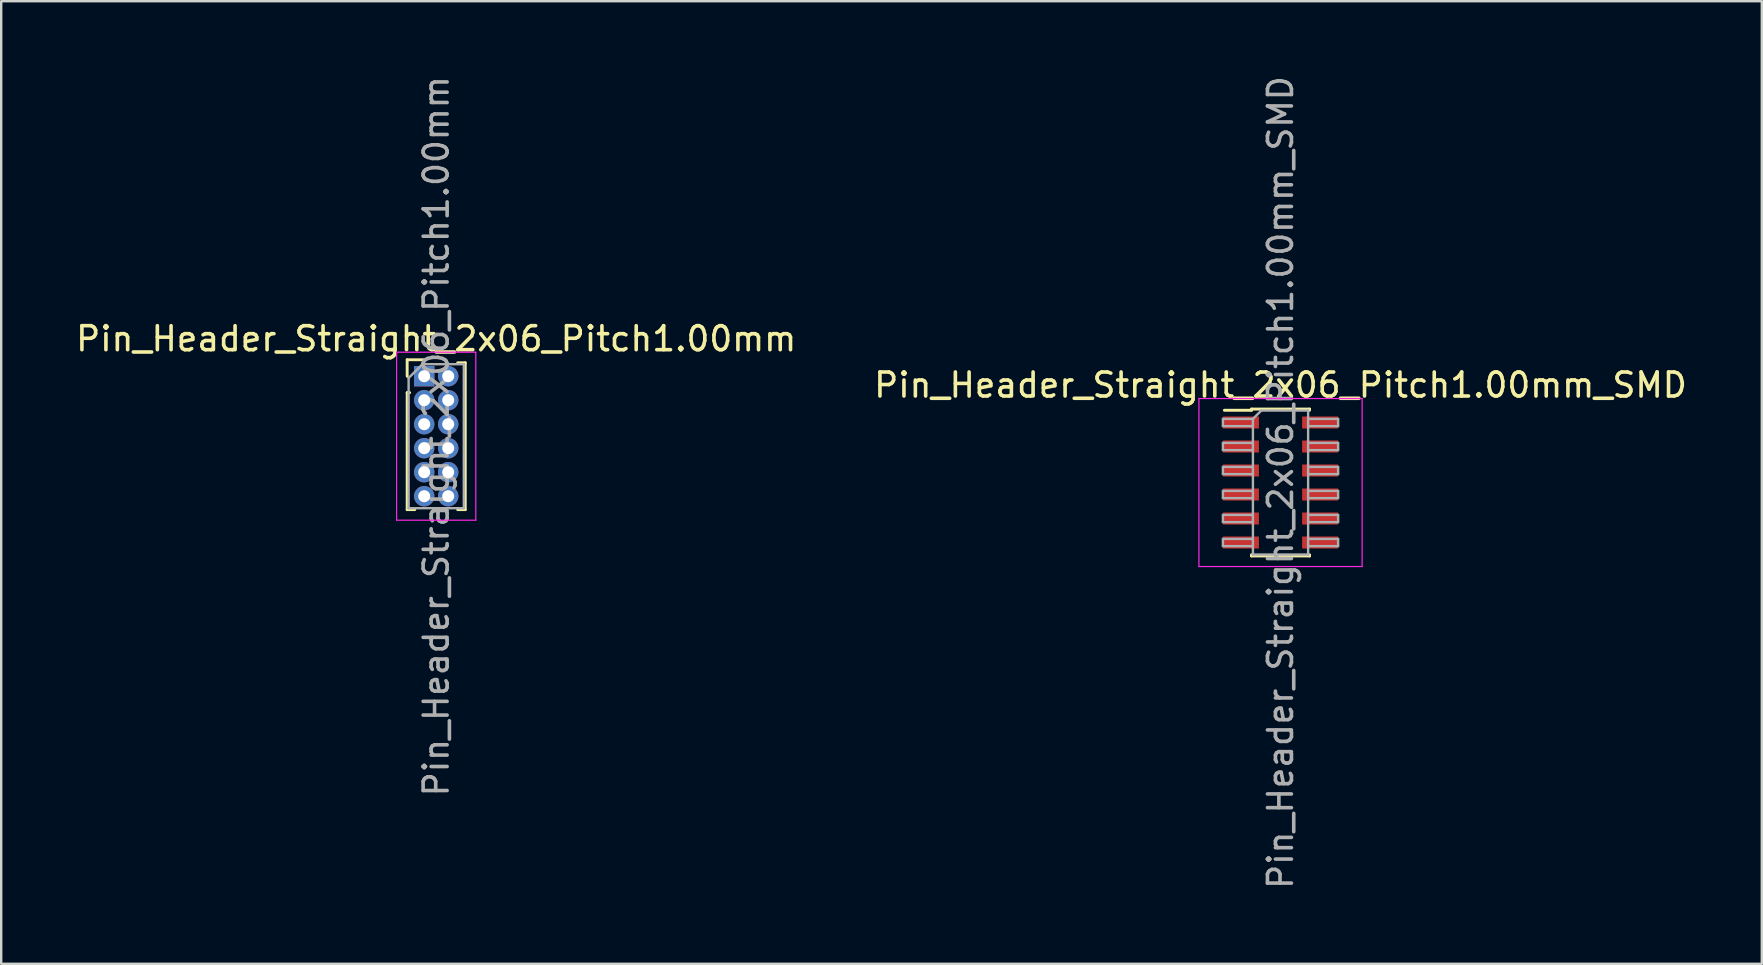
<source format=kicad_pcb>
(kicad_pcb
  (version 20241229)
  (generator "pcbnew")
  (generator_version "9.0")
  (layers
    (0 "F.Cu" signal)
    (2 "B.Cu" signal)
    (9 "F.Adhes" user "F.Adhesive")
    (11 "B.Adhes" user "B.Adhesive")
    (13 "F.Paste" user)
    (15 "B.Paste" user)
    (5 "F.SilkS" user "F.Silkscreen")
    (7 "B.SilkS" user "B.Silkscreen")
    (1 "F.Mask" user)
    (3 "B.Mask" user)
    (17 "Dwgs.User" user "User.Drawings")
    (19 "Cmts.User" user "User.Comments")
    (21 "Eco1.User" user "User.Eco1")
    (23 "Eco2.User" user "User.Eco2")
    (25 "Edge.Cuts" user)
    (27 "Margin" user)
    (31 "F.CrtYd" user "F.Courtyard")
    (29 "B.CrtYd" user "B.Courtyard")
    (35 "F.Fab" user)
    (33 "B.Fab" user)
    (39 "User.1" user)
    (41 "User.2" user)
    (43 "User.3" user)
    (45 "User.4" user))
  (footprint "Pin_Header_Straight_2x06_Pitch1.00mm_SMD"
    (layer "F.Cu")
    (at 50.304 17.054)
    (property "Reference" "Pin_Header_Straight_2x06_Pitch1.00mm_SMD" (at 0 -4.06 0) (layer "F.SilkS") (effects (font (size 1 1) (thickness 0.15))))
    (attr smd)
    (fp_line (start -2.34 -3.01) (end -1.21 -3.01) (stroke (width 0.12) (type solid)) (layer "F.SilkS"))
    (fp_line (start -1.21 -3.06) (end -1.21 -3.01) (stroke (width 0.12) (type solid)) (layer "F.SilkS"))
    (fp_line (start -1.21 -3.06) (end 1.21 -3.06) (stroke (width 0.12) (type solid)) (layer "F.SilkS"))
    (fp_line (start -1.21 3.01) (end -1.21 3.06) (stroke (width 0.12) (type solid)) (layer "F.SilkS"))
    (fp_line (start -1.21 3.06) (end 1.21 3.06) (stroke (width 0.12) (type solid)) (layer "F.SilkS"))
    (fp_line (start 1.21 -3.06) (end 1.21 -3.01) (stroke (width 0.12) (type solid)) (layer "F.SilkS"))
    (fp_line (start 1.21 3.01) (end 1.21 3.06) (stroke (width 0.12) (type solid)) (layer "F.SilkS"))
    (fp_line (start -3.4 -3.5) (end -3.4 3.5) (stroke (width 0.05) (type solid)) (layer "F.CrtYd"))
    (fp_line (start -3.4 3.5) (end 3.4 3.5) (stroke (width 0.05) (type solid)) (layer "F.CrtYd"))
    (fp_line (start 3.4 -3.5) (end -3.4 -3.5) (stroke (width 0.05) (type solid)) (layer "F.CrtYd"))
    (fp_line (start 3.4 3.5) (end 3.4 -3.5) (stroke (width 0.05) (type solid)) (layer "F.CrtYd"))
    (fp_line (start -2.4 -2.65) (end -2.4 -2.35) (stroke (width 0.1) (type solid)) (layer "F.Fab"))
    (fp_line (start -2.4 -2.35) (end -1.15 -2.35) (stroke (width 0.1) (type solid)) (layer "F.Fab"))
    (fp_line (start -2.4 -1.65) (end -2.4 -1.35) (stroke (width 0.1) (type solid)) (layer "F.Fab"))
    (fp_line (start -2.4 -1.35) (end -1.15 -1.35) (stroke (width 0.1) (type solid)) (layer "F.Fab"))
    (fp_line (start -2.4 -0.65) (end -2.4 -0.35) (stroke (width 0.1) (type solid)) (layer "F.Fab"))
    (fp_line (start -2.4 -0.35) (end -1.15 -0.35) (stroke (width 0.1) (type solid)) (layer "F.Fab"))
    (fp_line (start -2.4 0.35) (end -2.4 0.65) (stroke (width 0.1) (type solid)) (layer "F.Fab"))
    (fp_line (start -2.4 0.65) (end -1.15 0.65) (stroke (width 0.1) (type solid)) (layer "F.Fab"))
    (fp_line (start -2.4 1.35) (end -2.4 1.65) (stroke (width 0.1) (type solid)) (layer "F.Fab"))
    (fp_line (start -2.4 1.65) (end -1.15 1.65) (stroke (width 0.1) (type solid)) (layer "F.Fab"))
    (fp_line (start -2.4 2.35) (end -2.4 2.65) (stroke (width 0.1) (type solid)) (layer "F.Fab"))
    (fp_line (start -2.4 2.65) (end -1.15 2.65) (stroke (width 0.1) (type solid)) (layer "F.Fab"))
    (fp_line (start -1.15 -2.65) (end -2.4 -2.65) (stroke (width 0.1) (type solid)) (layer "F.Fab"))
    (fp_line (start -1.15 -2.65) (end -0.8 -3) (stroke (width 0.1) (type solid)) (layer "F.Fab"))
    (fp_line (start -1.15 -1.65) (end -2.4 -1.65) (stroke (width 0.1) (type solid)) (layer "F.Fab"))
    (fp_line (start -1.15 -0.65) (end -2.4 -0.65) (stroke (width 0.1) (type solid)) (layer "F.Fab"))
    (fp_line (start -1.15 0.35) (end -2.4 0.35) (stroke (width 0.1) (type solid)) (layer "F.Fab"))
    (fp_line (start -1.15 1.35) (end -2.4 1.35) (stroke (width 0.1) (type solid)) (layer "F.Fab"))
    (fp_line (start -1.15 2.35) (end -2.4 2.35) (stroke (width 0.1) (type solid)) (layer "F.Fab"))
    (fp_line (start -1.15 3) (end -1.15 -2.65) (stroke (width 0.1) (type solid)) (layer "F.Fab"))
    (fp_line (start -0.8 -3) (end 1.15 -3) (stroke (width 0.1) (type solid)) (layer "F.Fab"))
    (fp_line (start 1.15 -3) (end 1.15 3) (stroke (width 0.1) (type solid)) (layer "F.Fab"))
    (fp_line (start 1.15 -2.65) (end 2.4 -2.65) (stroke (width 0.1) (type solid)) (layer "F.Fab"))
    (fp_line (start 1.15 -1.65) (end 2.4 -1.65) (stroke (width 0.1) (type solid)) (layer "F.Fab"))
    (fp_line (start 1.15 -0.65) (end 2.4 -0.65) (stroke (width 0.1) (type solid)) (layer "F.Fab"))
    (fp_line (start 1.15 0.35) (end 2.4 0.35) (stroke (width 0.1) (type solid)) (layer "F.Fab"))
    (fp_line (start 1.15 1.35) (end 2.4 1.35) (stroke (width 0.1) (type solid)) (layer "F.Fab"))
    (fp_line (start 1.15 2.35) (end 2.4 2.35) (stroke (width 0.1) (type solid)) (layer "F.Fab"))
    (fp_line (start 1.15 3) (end -1.15 3) (stroke (width 0.1) (type solid)) (layer "F.Fab"))
    (fp_line (start 2.4 -2.65) (end 2.4 -2.35) (stroke (width 0.1) (type solid)) (layer "F.Fab"))
    (fp_line (start 2.4 -2.35) (end 1.15 -2.35) (stroke (width 0.1) (type solid)) (layer "F.Fab"))
    (fp_line (start 2.4 -1.65) (end 2.4 -1.35) (stroke (width 0.1) (type solid)) (layer "F.Fab"))
    (fp_line (start 2.4 -1.35) (end 1.15 -1.35) (stroke (width 0.1) (type solid)) (layer "F.Fab"))
    (fp_line (start 2.4 -0.65) (end 2.4 -0.35) (stroke (width 0.1) (type solid)) (layer "F.Fab"))
    (fp_line (start 2.4 -0.35) (end 1.15 -0.35) (stroke (width 0.1) (type solid)) (layer "F.Fab"))
    (fp_line (start 2.4 0.35) (end 2.4 0.65) (stroke (width 0.1) (type solid)) (layer "F.Fab"))
    (fp_line (start 2.4 0.65) (end 1.15 0.65) (stroke (width 0.1) (type solid)) (layer "F.Fab"))
    (fp_line (start 2.4 1.35) (end 2.4 1.65) (stroke (width 0.1) (type solid)) (layer "F.Fab"))
    (fp_line (start 2.4 1.65) (end 1.15 1.65) (stroke (width 0.1) (type solid)) (layer "F.Fab"))
    (fp_line (start 2.4 2.35) (end 2.4 2.65) (stroke (width 0.1) (type solid)) (layer "F.Fab"))
    (fp_line (start 2.4 2.65) (end 1.15 2.65) (stroke (width 0.1) (type solid)) (layer "F.Fab"))
    (fp_text user "${REFERENCE}" (at 0 0 90) (layer "F.Fab") (effects (font (size 1 1) (thickness 0.15))))
    (pad "1" smd rect (at -1.65 -2.5) (size 1.5 0.5) (layers "F.Cu" "F.Mask" "F.Paste"))
    (pad "2" smd rect (at 1.65 -2.5) (size 1.5 0.5) (layers "F.Cu" "F.Mask" "F.Paste"))
    (pad "3" smd rect (at -1.65 -1.5) (size 1.5 0.5) (layers "F.Cu" "F.Mask" "F.Paste"))
    (pad "4" smd rect (at 1.65 -1.5) (size 1.5 0.5) (layers "F.Cu" "F.Mask" "F.Paste"))
    (pad "5" smd rect (at -1.65 -0.5) (size 1.5 0.5) (layers "F.Cu" "F.Mask" "F.Paste"))
    (pad "6" smd rect (at 1.65 -0.5) (size 1.5 0.5) (layers "F.Cu" "F.Mask" "F.Paste"))
    (pad "7" smd rect (at -1.65 0.5) (size 1.5 0.5) (layers "F.Cu" "F.Mask" "F.Paste"))
    (pad "8" smd rect (at 1.65 0.5) (size 1.5 0.5) (layers "F.Cu" "F.Mask" "F.Paste"))
    (pad "9" smd rect (at -1.65 1.5) (size 1.5 0.5) (layers "F.Cu" "F.Mask" "F.Paste"))
    (pad "10" smd rect (at 1.65 1.5) (size 1.5 0.5) (layers "F.Cu" "F.Mask" "F.Paste"))
    (pad "11" smd rect (at -1.65 2.5) (size 1.5 0.5) (layers "F.Cu" "F.Mask" "F.Paste"))
    (pad "12" smd rect (at 1.65 2.5) (size 1.5 0.5) (layers "F.Cu" "F.Mask" "F.Paste")))
  (footprint "Pin_Header_Straight_2x06_Pitch1.00mm"
    (layer "F.Cu")
    (at 14.625 12.625)
    (property "Reference" "Pin_Header_Straight_2x06_Pitch1.00mm" (at 0.5 -1.56 0) (layer "F.SilkS") (effects (font (size 1 1) (thickness 0.15))))
    (attr through_hole)
    (fp_line (start -0.71 -0.685) (end 0 -0.685) (stroke (width 0.12) (type solid)) (layer "F.SilkS"))
    (fp_line (start -0.71 0) (end -0.71 -0.685) (stroke (width 0.12) (type solid)) (layer "F.SilkS"))
    (fp_line (start -0.71 0.685) (end -0.71 5.56) (stroke (width 0.12) (type solid)) (layer "F.SilkS"))
    (fp_line (start -0.71 0.685) (end -0.608 0.685) (stroke (width 0.12) (type solid)) (layer "F.SilkS"))
    (fp_line (start -0.71 5.56) (end -0.394 5.56) (stroke (width 0.12) (type solid)) (layer "F.SilkS"))
    (fp_line (start 0.394 5.56) (end 0.606 5.56) (stroke (width 0.12) (type solid)) (layer "F.SilkS"))
    (fp_line (start 1.394 -0.56) (end 1.71 -0.56) (stroke (width 0.12) (type solid)) (layer "F.SilkS"))
    (fp_line (start 1.394 5.56) (end 1.71 5.56) (stroke (width 0.12) (type solid)) (layer "F.SilkS"))
    (fp_line (start 1.71 -0.56) (end 1.71 5.56) (stroke (width 0.12) (type solid)) (layer "F.SilkS"))
    (fp_line (start -1.15 -1) (end -1.15 6) (stroke (width 0.05) (type solid)) (layer "F.CrtYd"))
    (fp_line (start -1.15 6) (end 2.15 6) (stroke (width 0.05) (type solid)) (layer "F.CrtYd"))
    (fp_line (start 2.15 -1) (end -1.15 -1) (stroke (width 0.05) (type solid)) (layer "F.CrtYd"))
    (fp_line (start 2.15 6) (end 2.15 -1) (stroke (width 0.05) (type solid)) (layer "F.CrtYd"))
    (fp_line (start -0.65 0.075) (end -0.075 -0.5) (stroke (width 0.1) (type solid)) (layer "F.Fab"))
    (fp_line (start -0.65 5.5) (end -0.65 0.075) (stroke (width 0.1) (type solid)) (layer "F.Fab"))
    (fp_line (start -0.075 -0.5) (end 1.65 -0.5) (stroke (width 0.1) (type solid)) (layer "F.Fab"))
    (fp_line (start 1.65 -0.5) (end 1.65 5.5) (stroke (width 0.1) (type solid)) (layer "F.Fab"))
    (fp_line (start 1.65 5.5) (end -0.65 5.5) (stroke (width 0.1) (type solid)) (layer "F.Fab"))
    (fp_text user "${REFERENCE}" (at 0.5 2.5 90) (layer "F.Fab") (effects (font (size 1 1) (thickness 0.15))))
    (pad "1" thru_hole rect (at 0 0) (size 0.85 0.85) (drill 0.5) (layers "*.Cu" "*.Mask"))
    (pad "2" thru_hole oval (at 1 0) (size 0.85 0.85) (drill 0.5) (layers "*.Cu" "*.Mask"))
    (pad "3" thru_hole oval (at 0 1) (size 0.85 0.85) (drill 0.5) (layers "*.Cu" "*.Mask"))
    (pad "4" thru_hole oval (at 1 1) (size 0.85 0.85) (drill 0.5) (layers "*.Cu" "*.Mask"))
    (pad "5" thru_hole oval (at 0 2) (size 0.85 0.85) (drill 0.5) (layers "*.Cu" "*.Mask"))
    (pad "6" thru_hole oval (at 1 2) (size 0.85 0.85) (drill 0.5) (layers "*.Cu" "*.Mask"))
    (pad "7" thru_hole oval (at 0 3) (size 0.85 0.85) (drill 0.5) (layers "*.Cu" "*.Mask"))
    (pad "8" thru_hole oval (at 1 3) (size 0.85 0.85) (drill 0.5) (layers "*.Cu" "*.Mask"))
    (pad "9" thru_hole oval (at 0 4) (size 0.85 0.85) (drill 0.5) (layers "*.Cu" "*.Mask"))
    (pad "10" thru_hole oval (at 1 4) (size 0.85 0.85) (drill 0.5) (layers "*.Cu" "*.Mask"))
    (pad "11" thru_hole oval (at 0 5) (size 0.85 0.85) (drill 0.5) (layers "*.Cu" "*.Mask"))
    (pad "12" thru_hole oval (at 1 5) (size 0.85 0.85) (drill 0.5) (layers "*.Cu" "*.Mask")))
  (gr_rect
    (start -3 -3)
    (end 70.357 37.107)
    (stroke (width 0.1) (type default))
    (fill no)
    (layer "Edge.Cuts")))
</source>
